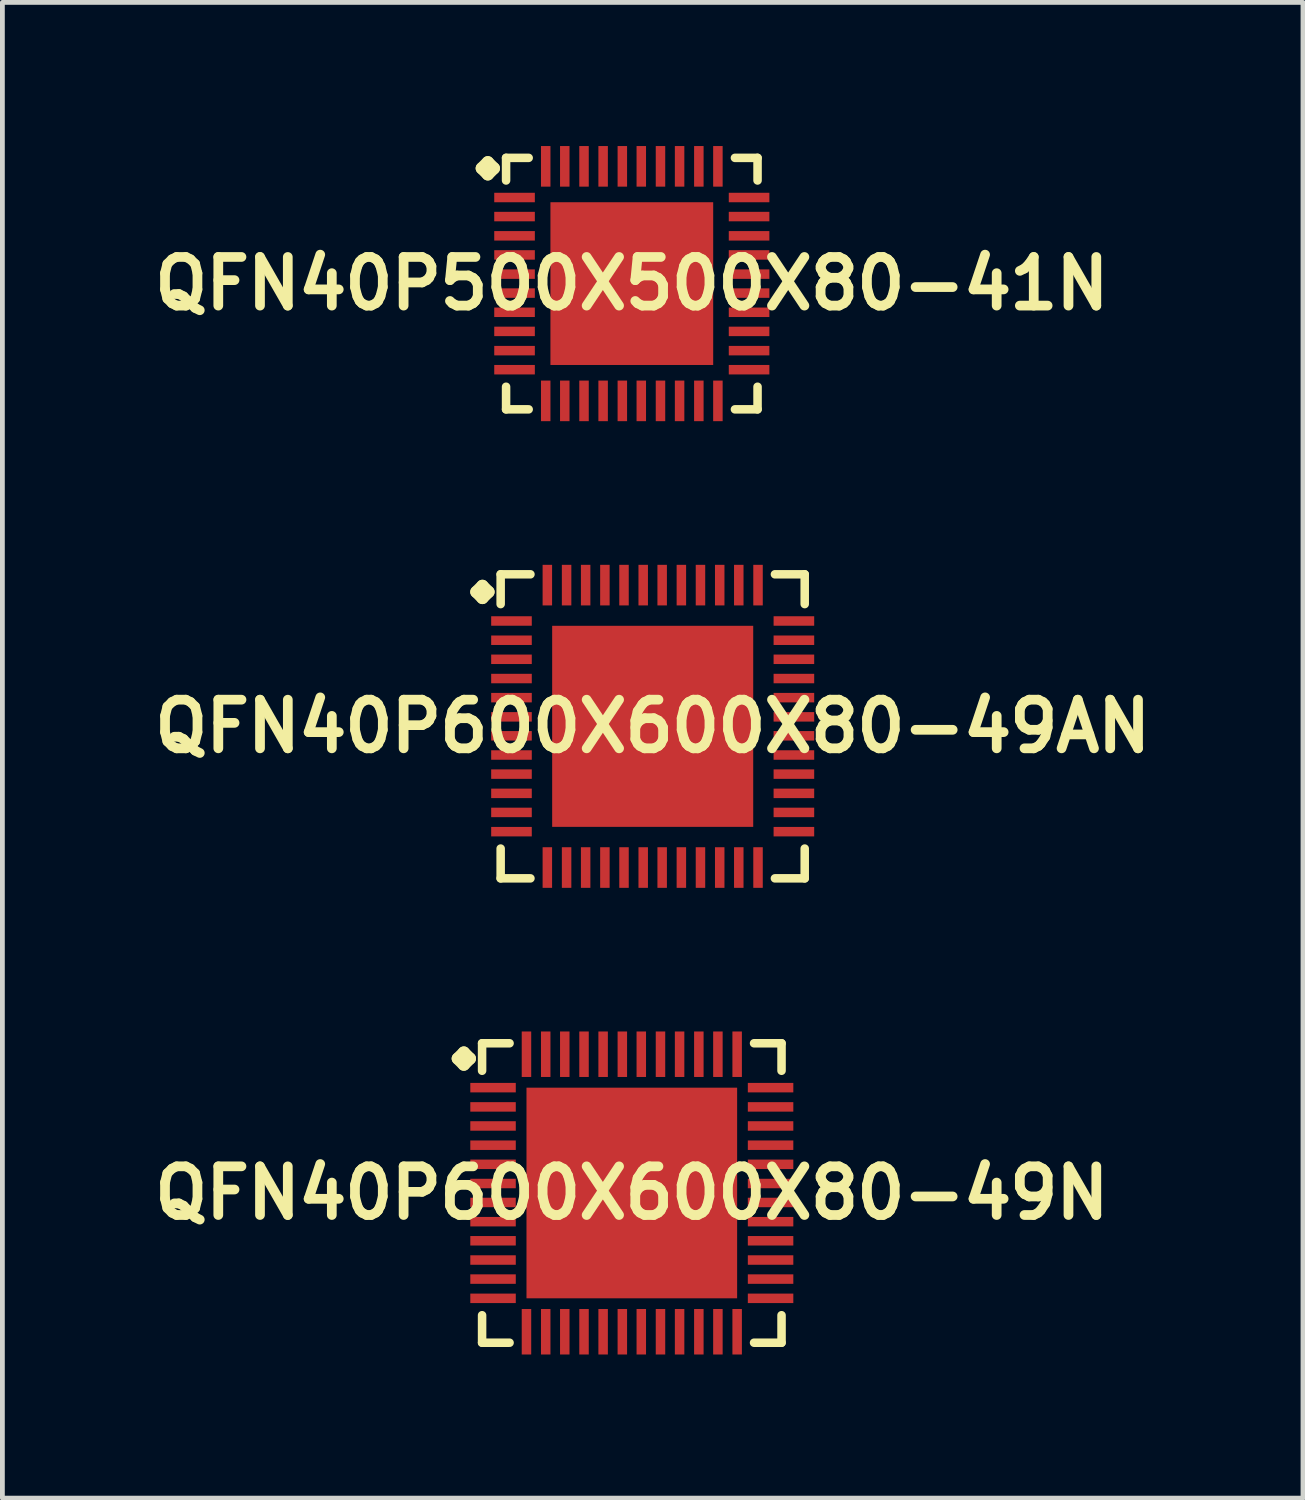
<source format=kicad_pcb>
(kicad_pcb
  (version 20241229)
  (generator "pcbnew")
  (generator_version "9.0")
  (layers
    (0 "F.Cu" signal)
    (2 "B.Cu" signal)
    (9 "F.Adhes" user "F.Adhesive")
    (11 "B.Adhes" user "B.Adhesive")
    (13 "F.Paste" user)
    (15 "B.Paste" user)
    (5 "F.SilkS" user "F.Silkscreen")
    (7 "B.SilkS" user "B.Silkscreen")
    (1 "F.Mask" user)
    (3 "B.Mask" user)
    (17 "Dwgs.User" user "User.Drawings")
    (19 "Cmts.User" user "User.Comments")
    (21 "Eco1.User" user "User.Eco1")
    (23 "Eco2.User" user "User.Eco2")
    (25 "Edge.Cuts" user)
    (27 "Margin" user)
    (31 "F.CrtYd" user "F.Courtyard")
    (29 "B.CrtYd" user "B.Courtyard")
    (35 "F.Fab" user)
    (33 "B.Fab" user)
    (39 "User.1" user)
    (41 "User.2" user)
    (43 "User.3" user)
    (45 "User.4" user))
  (footprint "QFN40P600X600X80-49AN"
    (layer "F.Cu")
    (at 10.581 12.119)
    (property "Reference" "QFN40P600X600X80-49AN" (at 0 0 0) (layer "F.SilkS") (effects (font (size 1.016 1.016) (thickness 0.203))))
    (attr smd)
    (fp_line (start -3.683 -2.807) (end -3.556 -2.934) (stroke (width 0.254) (type solid)) (layer "F.SilkS"))
    (fp_line (start -3.556 -2.934) (end -3.429 -2.807) (stroke (width 0.254) (type solid)) (layer "F.SilkS"))
    (fp_line (start -3.556 -2.68) (end -3.683 -2.807) (stroke (width 0.254) (type solid)) (layer "F.SilkS"))
    (fp_line (start -3.429 -2.807) (end -3.556 -2.68) (stroke (width 0.254) (type solid)) (layer "F.SilkS"))
    (fp_line (start -3.175 -3.175) (end -2.553 -3.175) (stroke (width 0.178) (type solid)) (layer "F.SilkS"))
    (fp_line (start -3.175 -2.553) (end -3.175 -3.175) (stroke (width 0.178) (type solid)) (layer "F.SilkS"))
    (fp_line (start -3.175 2.553) (end -3.175 3.175) (stroke (width 0.178) (type solid)) (layer "F.SilkS"))
    (fp_line (start -3.175 3.175) (end -2.553 3.175) (stroke (width 0.178) (type solid)) (layer "F.SilkS"))
    (fp_line (start 2.553 -3.175) (end 3.175 -3.175) (stroke (width 0.178) (type solid)) (layer "F.SilkS"))
    (fp_line (start 2.553 3.175) (end 3.175 3.175) (stroke (width 0.178) (type solid)) (layer "F.SilkS"))
    (fp_line (start 3.175 -3.175) (end 3.175 -2.553) (stroke (width 0.178) (type solid)) (layer "F.SilkS"))
    (fp_line (start 3.175 3.175) (end 3.175 2.553) (stroke (width 0.178) (type solid)) (layer "F.SilkS"))
    (pad "1" smd rect (at -2.949 -2.2) (size 0.848 0.198) (layers "F.Cu" "F.Mask" "F.Paste"))
    (pad "2" smd rect (at -2.949 -1.798) (size 0.848 0.198) (layers "F.Cu" "F.Mask" "F.Paste"))
    (pad "3" smd rect (at -2.949 -1.4) (size 0.848 0.198) (layers "F.Cu" "F.Mask" "F.Paste"))
    (pad "4" smd rect (at -2.949 -0.998) (size 0.848 0.198) (layers "F.Cu" "F.Mask" "F.Paste"))
    (pad "5" smd rect (at -2.949 -0.599) (size 0.848 0.198) (layers "F.Cu" "F.Mask" "F.Paste"))
    (pad "6" smd rect (at -2.949 -0.198) (size 0.848 0.198) (layers "F.Cu" "F.Mask" "F.Paste"))
    (pad "7" smd rect (at -2.949 0.198) (size 0.848 0.198) (layers "F.Cu" "F.Mask" "F.Paste"))
    (pad "8" smd rect (at -2.949 0.599) (size 0.848 0.198) (layers "F.Cu" "F.Mask" "F.Paste"))
    (pad "9" smd rect (at -2.949 0.998) (size 0.848 0.198) (layers "F.Cu" "F.Mask" "F.Paste"))
    (pad "10" smd rect (at -2.949 1.4) (size 0.848 0.198) (layers "F.Cu" "F.Mask" "F.Paste"))
    (pad "11" smd rect (at -2.949 1.798) (size 0.848 0.198) (layers "F.Cu" "F.Mask" "F.Paste"))
    (pad "12" smd rect (at -2.949 2.2) (size 0.848 0.198) (layers "F.Cu" "F.Mask" "F.Paste"))
    (pad "13" smd rect (at -2.2 2.949) (size 0.198 0.848) (layers "F.Cu" "F.Mask" "F.Paste"))
    (pad "14" smd rect (at -1.798 2.949) (size 0.198 0.848) (layers "F.Cu" "F.Mask" "F.Paste"))
    (pad "15" smd rect (at -1.4 2.949) (size 0.198 0.848) (layers "F.Cu" "F.Mask" "F.Paste"))
    (pad "16" smd rect (at -0.998 2.949) (size 0.198 0.848) (layers "F.Cu" "F.Mask" "F.Paste"))
    (pad "17" smd rect (at -0.599 2.949) (size 0.198 0.848) (layers "F.Cu" "F.Mask" "F.Paste"))
    (pad "18" smd rect (at -0.198 2.949) (size 0.198 0.848) (layers "F.Cu" "F.Mask" "F.Paste"))
    (pad "19" smd rect (at 0.198 2.949) (size 0.198 0.848) (layers "F.Cu" "F.Mask" "F.Paste"))
    (pad "20" smd rect (at 0.599 2.949) (size 0.198 0.848) (layers "F.Cu" "F.Mask" "F.Paste"))
    (pad "21" smd rect (at 0.998 2.949) (size 0.198 0.848) (layers "F.Cu" "F.Mask" "F.Paste"))
    (pad "22" smd rect (at 1.4 2.949) (size 0.198 0.848) (layers "F.Cu" "F.Mask" "F.Paste"))
    (pad "23" smd rect (at 1.798 2.949) (size 0.198 0.848) (layers "F.Cu" "F.Mask" "F.Paste"))
    (pad "24" smd rect (at 2.2 2.949) (size 0.198 0.848) (layers "F.Cu" "F.Mask" "F.Paste"))
    (pad "25" smd rect (at 2.949 2.2) (size 0.848 0.198) (layers "F.Cu" "F.Mask" "F.Paste"))
    (pad "26" smd rect (at 2.949 1.798) (size 0.848 0.198) (layers "F.Cu" "F.Mask" "F.Paste"))
    (pad "27" smd rect (at 2.949 1.4) (size 0.848 0.198) (layers "F.Cu" "F.Mask" "F.Paste"))
    (pad "28" smd rect (at 2.949 0.998) (size 0.848 0.198) (layers "F.Cu" "F.Mask" "F.Paste"))
    (pad "29" smd rect (at 2.949 0.599) (size 0.848 0.198) (layers "F.Cu" "F.Mask" "F.Paste"))
    (pad "30" smd rect (at 2.949 0.198) (size 0.848 0.198) (layers "F.Cu" "F.Mask" "F.Paste"))
    (pad "31" smd rect (at 2.949 -0.198) (size 0.848 0.198) (layers "F.Cu" "F.Mask" "F.Paste"))
    (pad "32" smd rect (at 2.949 -0.599) (size 0.848 0.198) (layers "F.Cu" "F.Mask" "F.Paste"))
    (pad "33" smd rect (at 2.949 -0.998) (size 0.848 0.198) (layers "F.Cu" "F.Mask" "F.Paste"))
    (pad "34" smd rect (at 2.949 -1.4) (size 0.848 0.198) (layers "F.Cu" "F.Mask" "F.Paste"))
    (pad "35" smd rect (at 2.949 -1.798) (size 0.848 0.198) (layers "F.Cu" "F.Mask" "F.Paste"))
    (pad "36" smd rect (at 2.949 -2.2) (size 0.848 0.198) (layers "F.Cu" "F.Mask" "F.Paste"))
    (pad "37" smd rect (at 2.2 -2.949) (size 0.198 0.848) (layers "F.Cu" "F.Mask" "F.Paste"))
    (pad "38" smd rect (at 1.798 -2.949) (size 0.198 0.848) (layers "F.Cu" "F.Mask" "F.Paste"))
    (pad "39" smd rect (at 1.4 -2.949) (size 0.198 0.848) (layers "F.Cu" "F.Mask" "F.Paste"))
    (pad "40" smd rect (at 0.998 -2.949) (size 0.198 0.848) (layers "F.Cu" "F.Mask" "F.Paste"))
    (pad "41" smd rect (at 0.599 -2.949) (size 0.198 0.848) (layers "F.Cu" "F.Mask" "F.Paste"))
    (pad "42" smd rect (at 0.198 -2.949) (size 0.198 0.848) (layers "F.Cu" "F.Mask" "F.Paste"))
    (pad "43" smd rect (at -0.198 -2.949) (size 0.198 0.848) (layers "F.Cu" "F.Mask" "F.Paste"))
    (pad "44" smd rect (at -0.599 -2.949) (size 0.198 0.848) (layers "F.Cu" "F.Mask" "F.Paste"))
    (pad "45" smd rect (at -0.998 -2.949) (size 0.198 0.848) (layers "F.Cu" "F.Mask" "F.Paste"))
    (pad "46" smd rect (at -1.4 -2.949) (size 0.198 0.848) (layers "F.Cu" "F.Mask" "F.Paste"))
    (pad "47" smd rect (at -1.798 -2.949) (size 0.198 0.848) (layers "F.Cu" "F.Mask" "F.Paste"))
    (pad "48" smd rect (at -2.2 -2.949) (size 0.198 0.848) (layers "F.Cu" "F.Mask" "F.Paste"))
    (pad "49" smd rect (at 0 0) (size 4.199 4.199) (layers "F.Cu" "F.Mask" "F.Paste")))
  (footprint "QFN40P600X600X80-49N"
    (layer "F.Cu")
    (at 10.145 21.865)
    (property "Reference" "QFN40P600X600X80-49N" (at 0 0 0) (layer "F.SilkS") (effects (font (size 1.016 1.016) (thickness 0.203))))
    (attr smd)
    (fp_line (start -3.635 -2.807) (end -3.508 -2.934) (stroke (width 0.254) (type solid)) (layer "F.SilkS"))
    (fp_line (start -3.508 -2.934) (end -3.381 -2.807) (stroke (width 0.254) (type solid)) (layer "F.SilkS"))
    (fp_line (start -3.508 -2.68) (end -3.635 -2.807) (stroke (width 0.254) (type solid)) (layer "F.SilkS"))
    (fp_line (start -3.381 -2.807) (end -3.508 -2.68) (stroke (width 0.254) (type solid)) (layer "F.SilkS"))
    (fp_line (start -3.127 -3.127) (end -2.553 -3.127) (stroke (width 0.178) (type solid)) (layer "F.SilkS"))
    (fp_line (start -3.127 -2.553) (end -3.127 -3.127) (stroke (width 0.178) (type solid)) (layer "F.SilkS"))
    (fp_line (start -3.127 2.553) (end -3.127 3.127) (stroke (width 0.178) (type solid)) (layer "F.SilkS"))
    (fp_line (start -3.127 3.127) (end -2.553 3.127) (stroke (width 0.178) (type solid)) (layer "F.SilkS"))
    (fp_line (start 2.553 -3.127) (end 3.127 -3.127) (stroke (width 0.178) (type solid)) (layer "F.SilkS"))
    (fp_line (start 2.553 3.127) (end 3.127 3.127) (stroke (width 0.178) (type solid)) (layer "F.SilkS"))
    (fp_line (start 3.127 -3.127) (end 3.127 -2.553) (stroke (width 0.178) (type solid)) (layer "F.SilkS"))
    (fp_line (start 3.127 3.127) (end 3.127 2.553) (stroke (width 0.178) (type solid)) (layer "F.SilkS"))
    (pad "1" smd rect (at -2.898 -2.2) (size 0.95 0.198) (layers "F.Cu" "F.Mask" "F.Paste"))
    (pad "2" smd rect (at -2.898 -1.798) (size 0.95 0.198) (layers "F.Cu" "F.Mask" "F.Paste"))
    (pad "3" smd rect (at -2.898 -1.4) (size 0.95 0.198) (layers "F.Cu" "F.Mask" "F.Paste"))
    (pad "4" smd rect (at -2.898 -0.998) (size 0.95 0.198) (layers "F.Cu" "F.Mask" "F.Paste"))
    (pad "5" smd rect (at -2.898 -0.599) (size 0.95 0.198) (layers "F.Cu" "F.Mask" "F.Paste"))
    (pad "6" smd rect (at -2.898 -0.198) (size 0.95 0.198) (layers "F.Cu" "F.Mask" "F.Paste"))
    (pad "7" smd rect (at -2.898 0.198) (size 0.95 0.198) (layers "F.Cu" "F.Mask" "F.Paste"))
    (pad "8" smd rect (at -2.898 0.599) (size 0.95 0.198) (layers "F.Cu" "F.Mask" "F.Paste"))
    (pad "9" smd rect (at -2.898 0.998) (size 0.95 0.198) (layers "F.Cu" "F.Mask" "F.Paste"))
    (pad "10" smd rect (at -2.898 1.4) (size 0.95 0.198) (layers "F.Cu" "F.Mask" "F.Paste"))
    (pad "11" smd rect (at -2.898 1.798) (size 0.95 0.198) (layers "F.Cu" "F.Mask" "F.Paste"))
    (pad "12" smd rect (at -2.898 2.2) (size 0.95 0.198) (layers "F.Cu" "F.Mask" "F.Paste"))
    (pad "13" smd rect (at -2.2 2.898) (size 0.198 0.95) (layers "F.Cu" "F.Mask" "F.Paste"))
    (pad "14" smd rect (at -1.798 2.898) (size 0.198 0.95) (layers "F.Cu" "F.Mask" "F.Paste"))
    (pad "15" smd rect (at -1.4 2.898) (size 0.198 0.95) (layers "F.Cu" "F.Mask" "F.Paste"))
    (pad "16" smd rect (at -0.998 2.898) (size 0.198 0.95) (layers "F.Cu" "F.Mask" "F.Paste"))
    (pad "17" smd rect (at -0.599 2.898) (size 0.198 0.95) (layers "F.Cu" "F.Mask" "F.Paste"))
    (pad "18" smd rect (at -0.198 2.898) (size 0.198 0.95) (layers "F.Cu" "F.Mask" "F.Paste"))
    (pad "19" smd rect (at 0.198 2.898) (size 0.198 0.95) (layers "F.Cu" "F.Mask" "F.Paste"))
    (pad "20" smd rect (at 0.599 2.898) (size 0.198 0.95) (layers "F.Cu" "F.Mask" "F.Paste"))
    (pad "21" smd rect (at 0.998 2.898) (size 0.198 0.95) (layers "F.Cu" "F.Mask" "F.Paste"))
    (pad "22" smd rect (at 1.4 2.898) (size 0.198 0.95) (layers "F.Cu" "F.Mask" "F.Paste"))
    (pad "23" smd rect (at 1.798 2.898) (size 0.198 0.95) (layers "F.Cu" "F.Mask" "F.Paste"))
    (pad "24" smd rect (at 2.2 2.898) (size 0.198 0.95) (layers "F.Cu" "F.Mask" "F.Paste"))
    (pad "25" smd rect (at 2.898 2.2) (size 0.95 0.198) (layers "F.Cu" "F.Mask" "F.Paste"))
    (pad "26" smd rect (at 2.898 1.798) (size 0.95 0.198) (layers "F.Cu" "F.Mask" "F.Paste"))
    (pad "27" smd rect (at 2.898 1.4) (size 0.95 0.198) (layers "F.Cu" "F.Mask" "F.Paste"))
    (pad "28" smd rect (at 2.898 0.998) (size 0.95 0.198) (layers "F.Cu" "F.Mask" "F.Paste"))
    (pad "29" smd rect (at 2.898 0.599) (size 0.95 0.198) (layers "F.Cu" "F.Mask" "F.Paste"))
    (pad "30" smd rect (at 2.898 0.198) (size 0.95 0.198) (layers "F.Cu" "F.Mask" "F.Paste"))
    (pad "31" smd rect (at 2.898 -0.198) (size 0.95 0.198) (layers "F.Cu" "F.Mask" "F.Paste"))
    (pad "32" smd rect (at 2.898 -0.599) (size 0.95 0.198) (layers "F.Cu" "F.Mask" "F.Paste"))
    (pad "33" smd rect (at 2.898 -0.998) (size 0.95 0.198) (layers "F.Cu" "F.Mask" "F.Paste"))
    (pad "34" smd rect (at 2.898 -1.4) (size 0.95 0.198) (layers "F.Cu" "F.Mask" "F.Paste"))
    (pad "35" smd rect (at 2.898 -1.798) (size 0.95 0.198) (layers "F.Cu" "F.Mask" "F.Paste"))
    (pad "36" smd rect (at 2.898 -2.2) (size 0.95 0.198) (layers "F.Cu" "F.Mask" "F.Paste"))
    (pad "37" smd rect (at 2.2 -2.898) (size 0.198 0.95) (layers "F.Cu" "F.Mask" "F.Paste"))
    (pad "38" smd rect (at 1.798 -2.898) (size 0.198 0.95) (layers "F.Cu" "F.Mask" "F.Paste"))
    (pad "39" smd rect (at 1.4 -2.898) (size 0.198 0.95) (layers "F.Cu" "F.Mask" "F.Paste"))
    (pad "40" smd rect (at 0.998 -2.898) (size 0.198 0.95) (layers "F.Cu" "F.Mask" "F.Paste"))
    (pad "41" smd rect (at 0.599 -2.898) (size 0.198 0.95) (layers "F.Cu" "F.Mask" "F.Paste"))
    (pad "42" smd rect (at 0.198 -2.898) (size 0.198 0.95) (layers "F.Cu" "F.Mask" "F.Paste"))
    (pad "43" smd rect (at -0.198 -2.898) (size 0.198 0.95) (layers "F.Cu" "F.Mask" "F.Paste"))
    (pad "44" smd rect (at -0.599 -2.898) (size 0.198 0.95) (layers "F.Cu" "F.Mask" "F.Paste"))
    (pad "45" smd rect (at -0.998 -2.898) (size 0.198 0.95) (layers "F.Cu" "F.Mask" "F.Paste"))
    (pad "46" smd rect (at -1.4 -2.898) (size 0.198 0.95) (layers "F.Cu" "F.Mask" "F.Paste"))
    (pad "47" smd rect (at -1.798 -2.898) (size 0.198 0.95) (layers "F.Cu" "F.Mask" "F.Paste"))
    (pad "48" smd rect (at -2.2 -2.898) (size 0.198 0.95) (layers "F.Cu" "F.Mask" "F.Paste"))
    (pad "49" smd rect (at 0 0) (size 4.399 4.399) (layers "F.Cu" "F.Mask" "F.Paste")))
  (footprint "QFN40P500X500X80-41N"
    (layer "F.Cu")
    (at 10.145 2.873)
    (property "Reference" "QFN40P500X500X80-41N" (at 0 0 0) (layer "F.SilkS") (effects (font (size 1.016 1.016) (thickness 0.203))))
    (attr smd)
    (fp_line (start -3.134 -2.408) (end -3.007 -2.535) (stroke (width 0.254) (type solid)) (layer "F.SilkS"))
    (fp_line (start -3.007 -2.535) (end -2.88 -2.408) (stroke (width 0.254) (type solid)) (layer "F.SilkS"))
    (fp_line (start -3.007 -2.281) (end -3.134 -2.408) (stroke (width 0.254) (type solid)) (layer "F.SilkS"))
    (fp_line (start -2.88 -2.408) (end -3.007 -2.281) (stroke (width 0.254) (type solid)) (layer "F.SilkS"))
    (fp_line (start -2.626 -2.626) (end -2.154 -2.626) (stroke (width 0.178) (type solid)) (layer "F.SilkS"))
    (fp_line (start -2.626 -2.154) (end -2.626 -2.626) (stroke (width 0.178) (type solid)) (layer "F.SilkS"))
    (fp_line (start -2.626 2.154) (end -2.626 2.626) (stroke (width 0.178) (type solid)) (layer "F.SilkS"))
    (fp_line (start -2.626 2.626) (end -2.154 2.626) (stroke (width 0.178) (type solid)) (layer "F.SilkS"))
    (fp_line (start 2.154 -2.626) (end 2.626 -2.626) (stroke (width 0.178) (type solid)) (layer "F.SilkS"))
    (fp_line (start 2.154 2.626) (end 2.626 2.626) (stroke (width 0.178) (type solid)) (layer "F.SilkS"))
    (fp_line (start 2.626 -2.626) (end 2.626 -2.154) (stroke (width 0.178) (type solid)) (layer "F.SilkS"))
    (fp_line (start 2.626 2.626) (end 2.626 2.154) (stroke (width 0.178) (type solid)) (layer "F.SilkS"))
    (pad "1" smd rect (at -2.449 -1.798) (size 0.848 0.198) (layers "F.Cu" "F.Mask" "F.Paste"))
    (pad "2" smd rect (at -2.449 -1.4) (size 0.848 0.198) (layers "F.Cu" "F.Mask" "F.Paste"))
    (pad "3" smd rect (at -2.449 -0.998) (size 0.848 0.198) (layers "F.Cu" "F.Mask" "F.Paste"))
    (pad "4" smd rect (at -2.449 -0.599) (size 0.848 0.198) (layers "F.Cu" "F.Mask" "F.Paste"))
    (pad "5" smd rect (at -2.449 -0.198) (size 0.848 0.198) (layers "F.Cu" "F.Mask" "F.Paste"))
    (pad "6" smd rect (at -2.449 0.198) (size 0.848 0.198) (layers "F.Cu" "F.Mask" "F.Paste"))
    (pad "7" smd rect (at -2.449 0.599) (size 0.848 0.198) (layers "F.Cu" "F.Mask" "F.Paste"))
    (pad "8" smd rect (at -2.449 0.998) (size 0.848 0.198) (layers "F.Cu" "F.Mask" "F.Paste"))
    (pad "9" smd rect (at -2.449 1.4) (size 0.848 0.198) (layers "F.Cu" "F.Mask" "F.Paste"))
    (pad "10" smd rect (at -2.449 1.798) (size 0.848 0.198) (layers "F.Cu" "F.Mask" "F.Paste"))
    (pad "11" smd rect (at -1.798 2.449) (size 0.198 0.848) (layers "F.Cu" "F.Mask" "F.Paste"))
    (pad "12" smd rect (at -1.4 2.449) (size 0.198 0.848) (layers "F.Cu" "F.Mask" "F.Paste"))
    (pad "13" smd rect (at -0.998 2.449) (size 0.198 0.848) (layers "F.Cu" "F.Mask" "F.Paste"))
    (pad "14" smd rect (at -0.599 2.449) (size 0.198 0.848) (layers "F.Cu" "F.Mask" "F.Paste"))
    (pad "15" smd rect (at -0.198 2.449) (size 0.198 0.848) (layers "F.Cu" "F.Mask" "F.Paste"))
    (pad "16" smd rect (at 0.198 2.449) (size 0.198 0.848) (layers "F.Cu" "F.Mask" "F.Paste"))
    (pad "17" smd rect (at 0.599 2.449) (size 0.198 0.848) (layers "F.Cu" "F.Mask" "F.Paste"))
    (pad "18" smd rect (at 0.998 2.449) (size 0.198 0.848) (layers "F.Cu" "F.Mask" "F.Paste"))
    (pad "19" smd rect (at 1.4 2.449) (size 0.198 0.848) (layers "F.Cu" "F.Mask" "F.Paste"))
    (pad "20" smd rect (at 1.798 2.449) (size 0.198 0.848) (layers "F.Cu" "F.Mask" "F.Paste"))
    (pad "21" smd rect (at 2.449 1.798) (size 0.848 0.198) (layers "F.Cu" "F.Mask" "F.Paste"))
    (pad "22" smd rect (at 2.449 1.4) (size 0.848 0.198) (layers "F.Cu" "F.Mask" "F.Paste"))
    (pad "23" smd rect (at 2.449 0.998) (size 0.848 0.198) (layers "F.Cu" "F.Mask" "F.Paste"))
    (pad "24" smd rect (at 2.449 0.599) (size 0.848 0.198) (layers "F.Cu" "F.Mask" "F.Paste"))
    (pad "25" smd rect (at 2.449 0.198) (size 0.848 0.198) (layers "F.Cu" "F.Mask" "F.Paste"))
    (pad "26" smd rect (at 2.449 -0.198) (size 0.848 0.198) (layers "F.Cu" "F.Mask" "F.Paste"))
    (pad "27" smd rect (at 2.449 -0.599) (size 0.848 0.198) (layers "F.Cu" "F.Mask" "F.Paste"))
    (pad "28" smd rect (at 2.449 -0.998) (size 0.848 0.198) (layers "F.Cu" "F.Mask" "F.Paste"))
    (pad "29" smd rect (at 2.449 -1.4) (size 0.848 0.198) (layers "F.Cu" "F.Mask" "F.Paste"))
    (pad "30" smd rect (at 2.449 -1.798) (size 0.848 0.198) (layers "F.Cu" "F.Mask" "F.Paste"))
    (pad "31" smd rect (at 1.798 -2.449) (size 0.198 0.848) (layers "F.Cu" "F.Mask" "F.Paste"))
    (pad "32" smd rect (at 1.4 -2.449) (size 0.198 0.848) (layers "F.Cu" "F.Mask" "F.Paste"))
    (pad "33" smd rect (at 0.998 -2.449) (size 0.198 0.848) (layers "F.Cu" "F.Mask" "F.Paste"))
    (pad "34" smd rect (at 0.599 -2.449) (size 0.198 0.848) (layers "F.Cu" "F.Mask" "F.Paste"))
    (pad "35" smd rect (at 0.198 -2.449) (size 0.198 0.848) (layers "F.Cu" "F.Mask" "F.Paste"))
    (pad "36" smd rect (at -0.198 -2.449) (size 0.198 0.848) (layers "F.Cu" "F.Mask" "F.Paste"))
    (pad "37" smd rect (at -0.599 -2.449) (size 0.198 0.848) (layers "F.Cu" "F.Mask" "F.Paste"))
    (pad "38" smd rect (at -0.998 -2.449) (size 0.198 0.848) (layers "F.Cu" "F.Mask" "F.Paste"))
    (pad "39" smd rect (at -1.4 -2.449) (size 0.198 0.848) (layers "F.Cu" "F.Mask" "F.Paste"))
    (pad "40" smd rect (at -1.798 -2.449) (size 0.198 0.848) (layers "F.Cu" "F.Mask" "F.Paste"))
    (pad "41" smd rect (at 0 0) (size 3.399 3.399) (layers "F.Cu" "F.Mask" "F.Paste")))
  (gr_rect
    (start -3 -3)
    (end 24.162 28.238)
    (stroke (width 0.1) (type default))
    (fill no)
    (layer "Edge.Cuts")))
</source>
